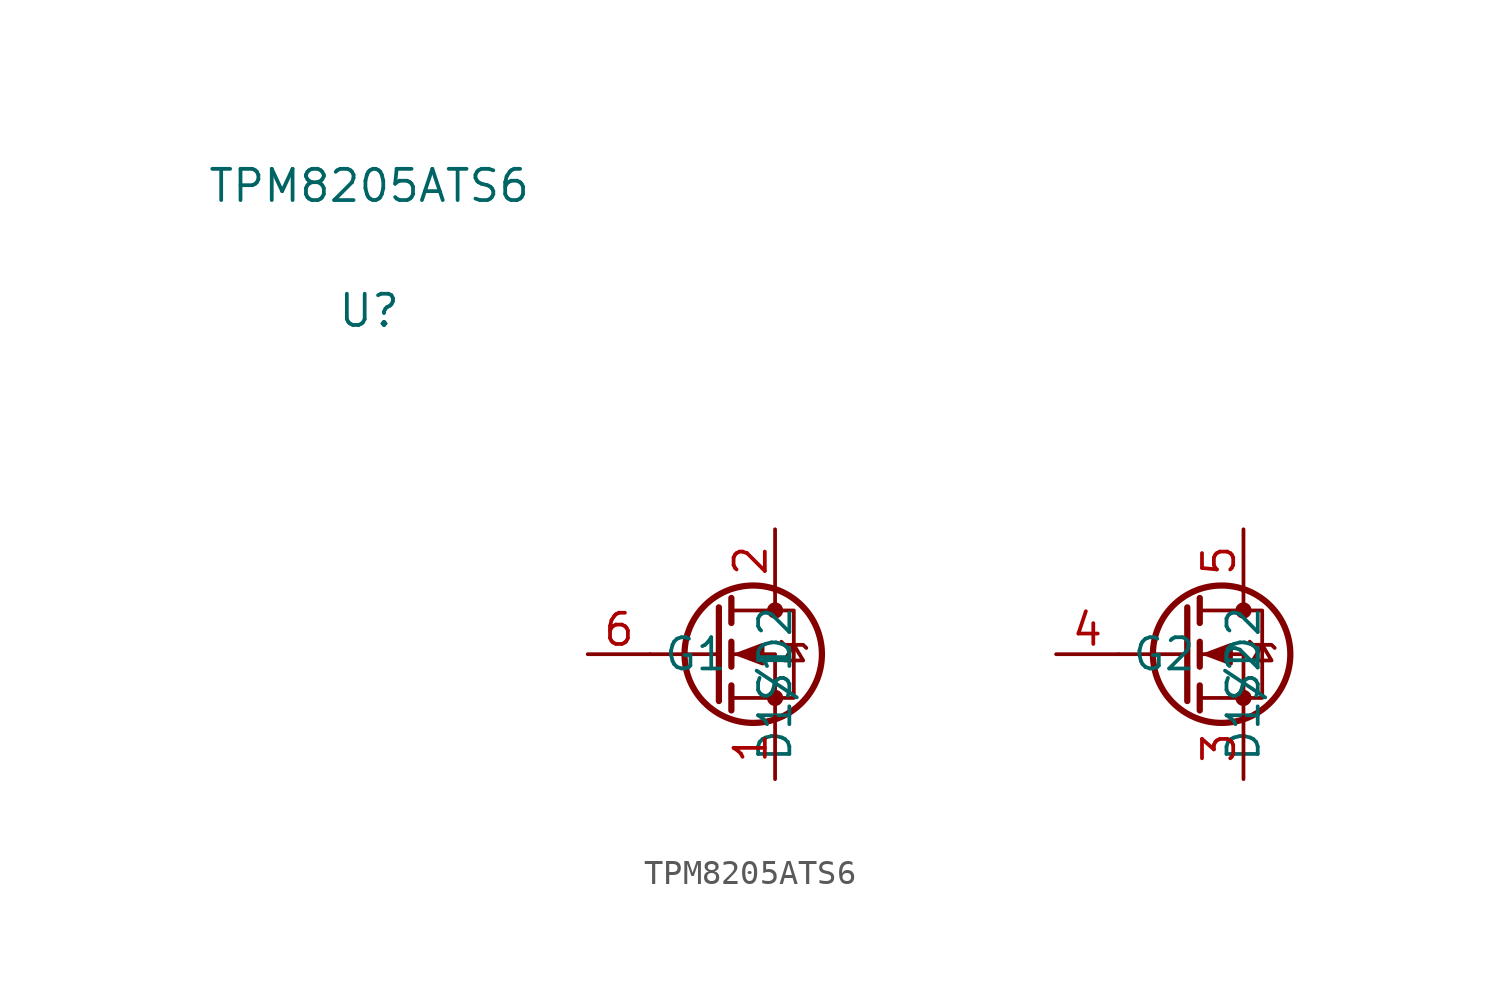
<source format=kicad_sym>
(kicad_symbol_lib
  (version 20211014)
  (generator kicad_symbol_editor)
  (symbol "TPM8205ATS6"
    (property "Reference" "U"
      (at 0 11.43 0)
      (effects (font (size 1.27 1.27))))
    (property "Value" "TPM8205ATS6"
      (at 0 16.51 0)
      (effects (font (size 1.27 1.27))))
    (symbol "TPM8205ATS6_0_1"
      (polyline (pts (xy 14.224 -2.54) (xy 11.43 -2.54)) (stroke (width 0) (type default) (color 0 0 0 0)) (fill (type none)))
      (polyline (pts (xy 14.224 -0.635) (xy 14.224 -4.445)) (stroke (width 0.254) (type default) (color 0 0 0 0)) (fill (type none)))
      (polyline (pts (xy 14.732 -3.81) (xy 14.732 -4.826)) (stroke (width 0.254) (type default) (color 0 0 0 0)) (fill (type none)))
      (polyline (pts (xy 14.732 -2.032) (xy 14.732 -3.048)) (stroke (width 0.254) (type default) (color 0 0 0 0)) (fill (type none)))
      (polyline (pts (xy 14.732 -0.254) (xy 14.732 -1.27)) (stroke (width 0.254) (type default) (color 0 0 0 0)) (fill (type none)))
      (polyline (pts (xy 16.51 0) (xy 16.51 -0.762)) (stroke (width 0) (type default) (color 0 0 0 0)) (fill (type none)))
      (polyline (pts (xy 33.274 -2.54) (xy 30.48 -2.54)) (stroke (width 0) (type default) (color 0 0 0 0)) (fill (type none)))
      (polyline (pts (xy 33.274 -0.635) (xy 33.274 -4.445)) (stroke (width 0.254) (type default) (color 0 0 0 0)) (fill (type none)))
      (polyline (pts (xy 33.782 -3.81) (xy 33.782 -4.826)) (stroke (width 0.254) (type default) (color 0 0 0 0)) (fill (type none)))
      (polyline (pts (xy 33.782 -2.032) (xy 33.782 -3.048)) (stroke (width 0.254) (type default) (color 0 0 0 0)) (fill (type none)))
      (polyline (pts (xy 33.782 -0.254) (xy 33.782 -1.27)) (stroke (width 0.254) (type default) (color 0 0 0 0)) (fill (type none)))
      (polyline (pts (xy 35.56 0) (xy 35.56 -0.762)) (stroke (width 0) (type default) (color 0 0 0 0)) (fill (type none)))
      (polyline (pts (xy 16.51 -5.08) (xy 16.51 -2.54) (xy 14.732 -2.54)) (stroke (width 0) (type default) (color 0 0 0 0)) (fill (type none)))
      (polyline (pts (xy 35.56 -5.08) (xy 35.56 -2.54) (xy 33.782 -2.54)) (stroke (width 0) (type default) (color 0 0 0 0)) (fill (type none)))
      (polyline (pts (xy 14.732 -4.318) (xy 17.272 -4.318) (xy 17.272 -0.762) (xy 14.732 -0.762)) (stroke (width 0) (type default) (color 0 0 0 0)) (fill (type none)))
      (polyline (pts (xy 14.986 -2.54) (xy 16.002 -2.159) (xy 16.002 -2.921) (xy 14.986 -2.54)) (stroke (width 0) (type default) (color 0 0 0 0)) (fill (type outline)))
      (polyline (pts (xy 16.764 -2.032) (xy 16.891 -2.159) (xy 17.653 -2.159) (xy 17.78 -2.286)) (stroke (width 0) (type default) (color 0 0 0 0)) (fill (type none)))
      (polyline (pts (xy 17.272 -2.159) (xy 16.891 -2.794) (xy 17.653 -2.794) (xy 17.272 -2.159)) (stroke (width 0) (type default) (color 0 0 0 0)) (fill (type none)))
      (polyline (pts (xy 33.782 -4.318) (xy 36.322 -4.318) (xy 36.322 -0.762) (xy 33.782 -0.762)) (stroke (width 0) (type default) (color 0 0 0 0)) (fill (type none)))
      (polyline (pts (xy 34.036 -2.54) (xy 35.052 -2.159) (xy 35.052 -2.921) (xy 34.036 -2.54)) (stroke (width 0) (type default) (color 0 0 0 0)) (fill (type outline)))
      (polyline (pts (xy 35.814 -2.032) (xy 35.941 -2.159) (xy 36.703 -2.159) (xy 36.83 -2.286)) (stroke (width 0) (type default) (color 0 0 0 0)) (fill (type none)))
      (polyline (pts (xy 36.322 -2.159) (xy 35.941 -2.794) (xy 36.703 -2.794) (xy 36.322 -2.159)) (stroke (width 0) (type default) (color 0 0 0 0)) (fill (type none)))
      (circle (center 15.621 -2.54) (radius 2.794) (stroke (width 0.254) (type default) (color 0 0 0 0)) (fill (type none)))
      (circle (center 16.51 -4.318) (radius 0.254) (stroke (width 0) (type default) (color 0 0 0 0)) (fill (type outline)))
      (circle (center 16.51 -0.762) (radius 0.254) (stroke (width 0) (type default) (color 0 0 0 0)) (fill (type outline)))
      (circle (center 34.671 -2.54) (radius 2.794) (stroke (width 0.254) (type default) (color 0 0 0 0)) (fill (type none)))
      (circle (center 35.56 -4.318) (radius 0.254) (stroke (width 0) (type default) (color 0 0 0 0)) (fill (type outline)))
      (circle (center 35.56 -0.762) (radius 0.254) (stroke (width 0) (type default) (color 0 0 0 0)) (fill (type outline))))
    (symbol "TPM8205ATS6_1_1"
      (pin passive line (at 16.51 -7.62 90) (length 2.54) (name "S1" (effects (font (size 1.27 1.27)))) (number "1" (effects (font (size 1.27 1.27)))))
      (pin passive line (at 16.51 2.54 270) (length 2.54) (name "D1/D2" (effects (font (size 1.27 1.27)))) (number "2" (effects (font (size 1.27 1.27)))))
      (pin passive line (at 35.56 -7.62 90) (length 2.54) (name "S2" (effects (font (size 1.27 1.27)))) (number "3" (effects (font (size 1.27 1.27)))))
      (pin input line (at 27.94 -2.54 0) (length 2.54) (name "G2" (effects (font (size 1.27 1.27)))) (number "4" (effects (font (size 1.27 1.27)))))
      (pin passive line (at 35.56 2.54 270) (length 2.54) (name "D1/D2" (effects (font (size 1.27 1.27)))) (number "5" (effects (font (size 1.27 1.27)))))
      (pin input line (at 8.89 -2.54 0) (length 2.54) (name "G1" (effects (font (size 1.27 1.27)))) (number "6" (effects (font (size 1.27 1.27))))))))
</source>
